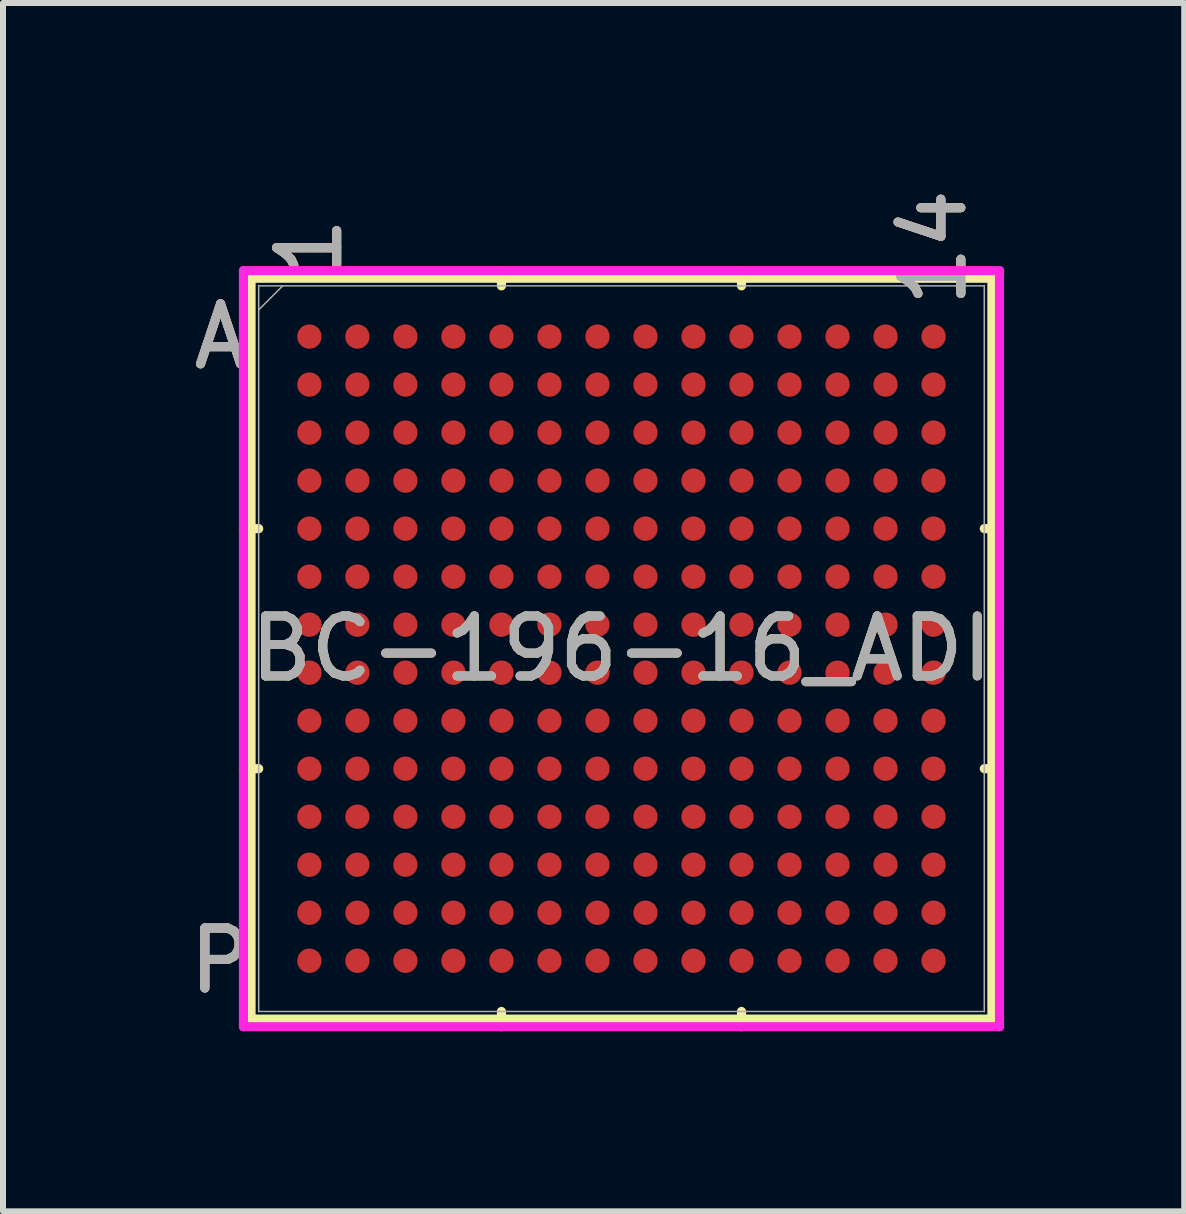
<source format=kicad_pcb>
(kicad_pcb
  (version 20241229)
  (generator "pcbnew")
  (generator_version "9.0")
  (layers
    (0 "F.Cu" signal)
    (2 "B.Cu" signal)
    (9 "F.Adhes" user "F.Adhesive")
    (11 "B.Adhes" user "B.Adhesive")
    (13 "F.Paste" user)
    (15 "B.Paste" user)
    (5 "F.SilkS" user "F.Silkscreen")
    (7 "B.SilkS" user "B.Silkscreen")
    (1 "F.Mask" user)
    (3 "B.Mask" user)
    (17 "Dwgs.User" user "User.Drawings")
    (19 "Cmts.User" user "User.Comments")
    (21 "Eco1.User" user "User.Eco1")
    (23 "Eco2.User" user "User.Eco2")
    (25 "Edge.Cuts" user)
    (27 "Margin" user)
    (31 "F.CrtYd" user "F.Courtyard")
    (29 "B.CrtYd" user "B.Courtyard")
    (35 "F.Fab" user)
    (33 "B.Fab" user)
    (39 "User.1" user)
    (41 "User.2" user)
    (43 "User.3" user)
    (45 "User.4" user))
  (footprint "BC-196-16_ADI"
    (layer "F.Cu")
    (at 7.305 7.758)
    (property "Reference" "BC-196-16_ADI" (at 0 0 0) (unlocked yes) (layer "F.SilkS") (effects (font (size 1 1) (thickness 0.15))))
    (attr smd)
    (fp_line (start -6.172 -6.172) (end -6.172 6.172) (stroke (width 0.152) (type solid)) (layer "F.SilkS"))
    (fp_line (start -6.172 6.172) (end 6.172 6.172) (stroke (width 0.152) (type solid)) (layer "F.SilkS"))
    (fp_line (start -6.045 -2) (end -6.299 -2) (stroke (width 0.152) (type solid)) (layer "F.SilkS"))
    (fp_line (start -6.045 2) (end -6.299 2) (stroke (width 0.152) (type solid)) (layer "F.SilkS"))
    (fp_line (start -2 -6.045) (end -2 -6.299) (stroke (width 0.152) (type solid)) (layer "F.SilkS"))
    (fp_line (start -2 6.045) (end -2 6.299) (stroke (width 0.152) (type solid)) (layer "F.SilkS"))
    (fp_line (start 2 -6.045) (end 2 -6.299) (stroke (width 0.152) (type solid)) (layer "F.SilkS"))
    (fp_line (start 2 6.045) (end 2 6.299) (stroke (width 0.152) (type solid)) (layer "F.SilkS"))
    (fp_line (start 6.045 -2) (end 6.299 -2) (stroke (width 0.152) (type solid)) (layer "F.SilkS"))
    (fp_line (start 6.045 2) (end 6.299 2) (stroke (width 0.152) (type solid)) (layer "F.SilkS"))
    (fp_line (start 6.172 -6.172) (end -6.172 -6.172) (stroke (width 0.152) (type solid)) (layer "F.SilkS"))
    (fp_line (start 6.172 6.172) (end 6.172 -6.172) (stroke (width 0.152) (type solid)) (layer "F.SilkS"))
    (fp_poly (pts (xy -6.045 -6.045) (xy 6.045 -6.045) (xy 6.045 6.045) (xy -6.045 6.045)) (stroke (width 0.1) (type solid)) (fill no) (layer "Eco2.User"))
    (fp_line (start -6.299 -6.299) (end 6.299 -6.299) (stroke (width 0.152) (type solid)) (layer "F.CrtYd"))
    (fp_line (start -6.299 6.299) (end -6.299 -6.299) (stroke (width 0.152) (type solid)) (layer "F.CrtYd"))
    (fp_line (start 6.299 -6.299) (end 6.299 6.299) (stroke (width 0.152) (type solid)) (layer "F.CrtYd"))
    (fp_line (start 6.299 6.299) (end -6.299 6.299) (stroke (width 0.152) (type solid)) (layer "F.CrtYd"))
    (fp_line (start -6.045 -6.045) (end -6.045 6.045) (stroke (width 0.025) (type solid)) (layer "F.Fab"))
    (fp_line (start -6.045 6.045) (end 6.045 6.045) (stroke (width 0.025) (type solid)) (layer "F.Fab"))
    (fp_line (start -5.645 -6.045) (end -6.045 -5.645) (stroke (width 0.025) (type solid)) (layer "F.Fab"))
    (fp_line (start 6.045 -6.045) (end -6.045 -6.045) (stroke (width 0.025) (type solid)) (layer "F.Fab"))
    (fp_line (start 6.045 6.045) (end 6.045 -6.045) (stroke (width 0.025) (type solid)) (layer "F.Fab"))
    (fp_text user "P" (at -6.68 5.2 0) (unlocked yes) (layer "F.SilkS") (effects (font (size 1 1) (thickness 0.15))))
    (fp_text user "1" (at -5.2 -6.68 90) (unlocked yes) (layer "F.SilkS") (effects (font (size 1 1) (thickness 0.15))))
    (fp_text user "A" (at -6.68 -5.2 0) (unlocked yes) (layer "F.SilkS") (effects (font (size 1 1) (thickness 0.15))))
    (fp_text user "14" (at 5.2 -6.68 90) (unlocked yes) (layer "F.SilkS") (effects (font (size 1 1) (thickness 0.15))))
    (fp_text user "1" (at -5.2 -6.68 90) (unlocked yes) (layer "B.SilkS") (effects (font (size 1 1) (thickness 0.15))))
    (fp_text user "P" (at -6.68 5.2 0) (unlocked yes) (layer "B.SilkS") (effects (font (size 1 1) (thickness 0.15))))
    (fp_text user "A" (at -6.68 -5.2 0) (unlocked yes) (layer "B.SilkS") (effects (font (size 1 1) (thickness 0.15))))
    (fp_text user "14" (at 5.2 -6.68 90) (unlocked yes) (layer "B.SilkS") (effects (font (size 1 1) (thickness 0.15))))
    (fp_text user "P" (at -6.68 5.2 0) (unlocked yes) (layer "F.Fab") (effects (font (size 1 1) (thickness 0.15))))
    (fp_text user "${REFERENCE}" (at 0 0 0) (unlocked yes) (layer "F.Fab") (effects (font (size 1 1) (thickness 0.15))))
    (fp_text user "1" (at -5.2 -6.68 90) (unlocked yes) (layer "F.Fab") (effects (font (size 1 1) (thickness 0.15))))
    (fp_text user "14" (at 5.2 -6.68 90) (unlocked yes) (layer "F.Fab") (effects (font (size 1 1) (thickness 0.15))))
    (fp_text user "A" (at -6.68 -5.2 0) (unlocked yes) (layer "F.Fab") (effects (font (size 1 1) (thickness 0.15))))
    (pad "A1" smd circle (at -5.2 -5.2) (size 0.406 0.406) (layers "F.Cu" "F.Mask" "F.Paste"))
    (pad "A2" smd circle (at -4.4 -5.2) (size 0.406 0.406) (layers "F.Cu" "F.Mask" "F.Paste"))
    (pad "A3" smd circle (at -3.6 -5.2) (size 0.406 0.406) (layers "F.Cu" "F.Mask" "F.Paste"))
    (pad "A4" smd circle (at -2.8 -5.2) (size 0.406 0.406) (layers "F.Cu" "F.Mask" "F.Paste"))
    (pad "A5" smd circle (at -2 -5.2) (size 0.406 0.406) (layers "F.Cu" "F.Mask" "F.Paste"))
    (pad "A6" smd circle (at -1.2 -5.2) (size 0.406 0.406) (layers "F.Cu" "F.Mask" "F.Paste"))
    (pad "A7" smd circle (at -0.4 -5.2) (size 0.406 0.406) (layers "F.Cu" "F.Mask" "F.Paste"))
    (pad "A8" smd circle (at 0.4 -5.2) (size 0.406 0.406) (layers "F.Cu" "F.Mask" "F.Paste"))
    (pad "A9" smd circle (at 1.2 -5.2) (size 0.406 0.406) (layers "F.Cu" "F.Mask" "F.Paste"))
    (pad "A10" smd circle (at 2 -5.2) (size 0.406 0.406) (layers "F.Cu" "F.Mask" "F.Paste"))
    (pad "A11" smd circle (at 2.8 -5.2) (size 0.406 0.406) (layers "F.Cu" "F.Mask" "F.Paste"))
    (pad "A12" smd circle (at 3.6 -5.2) (size 0.406 0.406) (layers "F.Cu" "F.Mask" "F.Paste"))
    (pad "A13" smd circle (at 4.4 -5.2) (size 0.406 0.406) (layers "F.Cu" "F.Mask" "F.Paste"))
    (pad "A14" smd circle (at 5.2 -5.2) (size 0.406 0.406) (layers "F.Cu" "F.Mask" "F.Paste"))
    (pad "B1" smd circle (at -5.2 -4.4) (size 0.406 0.406) (layers "F.Cu" "F.Mask" "F.Paste"))
    (pad "B2" smd circle (at -4.4 -4.4) (size 0.406 0.406) (layers "F.Cu" "F.Mask" "F.Paste"))
    (pad "B3" smd circle (at -3.6 -4.4) (size 0.406 0.406) (layers "F.Cu" "F.Mask" "F.Paste"))
    (pad "B4" smd circle (at -2.8 -4.4) (size 0.406 0.406) (layers "F.Cu" "F.Mask" "F.Paste"))
    (pad "B5" smd circle (at -2 -4.4) (size 0.406 0.406) (layers "F.Cu" "F.Mask" "F.Paste"))
    (pad "B6" smd circle (at -1.2 -4.4) (size 0.406 0.406) (layers "F.Cu" "F.Mask" "F.Paste"))
    (pad "B7" smd circle (at -0.4 -4.4) (size 0.406 0.406) (layers "F.Cu" "F.Mask" "F.Paste"))
    (pad "B8" smd circle (at 0.4 -4.4) (size 0.406 0.406) (layers "F.Cu" "F.Mask" "F.Paste"))
    (pad "B9" smd circle (at 1.2 -4.4) (size 0.406 0.406) (layers "F.Cu" "F.Mask" "F.Paste"))
    (pad "B10" smd circle (at 2 -4.4) (size 0.406 0.406) (layers "F.Cu" "F.Mask" "F.Paste"))
    (pad "B11" smd circle (at 2.8 -4.4) (size 0.406 0.406) (layers "F.Cu" "F.Mask" "F.Paste"))
    (pad "B12" smd circle (at 3.6 -4.4) (size 0.406 0.406) (layers "F.Cu" "F.Mask" "F.Paste"))
    (pad "B13" smd circle (at 4.4 -4.4) (size 0.406 0.406) (layers "F.Cu" "F.Mask" "F.Paste"))
    (pad "B14" smd circle (at 5.2 -4.4) (size 0.406 0.406) (layers "F.Cu" "F.Mask" "F.Paste"))
    (pad "C1" smd circle (at -5.2 -3.6) (size 0.406 0.406) (layers "F.Cu" "F.Mask" "F.Paste"))
    (pad "C2" smd circle (at -4.4 -3.6) (size 0.406 0.406) (layers "F.Cu" "F.Mask" "F.Paste"))
    (pad "C3" smd circle (at -3.6 -3.6) (size 0.406 0.406) (layers "F.Cu" "F.Mask" "F.Paste"))
    (pad "C4" smd circle (at -2.8 -3.6) (size 0.406 0.406) (layers "F.Cu" "F.Mask" "F.Paste"))
    (pad "C5" smd circle (at -2 -3.6) (size 0.406 0.406) (layers "F.Cu" "F.Mask" "F.Paste"))
    (pad "C6" smd circle (at -1.2 -3.6) (size 0.406 0.406) (layers "F.Cu" "F.Mask" "F.Paste"))
    (pad "C7" smd circle (at -0.4 -3.6) (size 0.406 0.406) (layers "F.Cu" "F.Mask" "F.Paste"))
    (pad "C8" smd circle (at 0.4 -3.6) (size 0.406 0.406) (layers "F.Cu" "F.Mask" "F.Paste"))
    (pad "C9" smd circle (at 1.2 -3.6) (size 0.406 0.406) (layers "F.Cu" "F.Mask" "F.Paste"))
    (pad "C10" smd circle (at 2 -3.6) (size 0.406 0.406) (layers "F.Cu" "F.Mask" "F.Paste"))
    (pad "C11" smd circle (at 2.8 -3.6) (size 0.406 0.406) (layers "F.Cu" "F.Mask" "F.Paste"))
    (pad "C12" smd circle (at 3.6 -3.6) (size 0.406 0.406) (layers "F.Cu" "F.Mask" "F.Paste"))
    (pad "C13" smd circle (at 4.4 -3.6) (size 0.406 0.406) (layers "F.Cu" "F.Mask" "F.Paste"))
    (pad "C14" smd circle (at 5.2 -3.6) (size 0.406 0.406) (layers "F.Cu" "F.Mask" "F.Paste"))
    (pad "D1" smd circle (at -5.2 -2.8) (size 0.406 0.406) (layers "F.Cu" "F.Mask" "F.Paste"))
    (pad "D2" smd circle (at -4.4 -2.8) (size 0.406 0.406) (layers "F.Cu" "F.Mask" "F.Paste"))
    (pad "D3" smd circle (at -3.6 -2.8) (size 0.406 0.406) (layers "F.Cu" "F.Mask" "F.Paste"))
    (pad "D4" smd circle (at -2.8 -2.8) (size 0.406 0.406) (layers "F.Cu" "F.Mask" "F.Paste"))
    (pad "D5" smd circle (at -2 -2.8) (size 0.406 0.406) (layers "F.Cu" "F.Mask" "F.Paste"))
    (pad "D6" smd circle (at -1.2 -2.8) (size 0.406 0.406) (layers "F.Cu" "F.Mask" "F.Paste"))
    (pad "D7" smd circle (at -0.4 -2.8) (size 0.406 0.406) (layers "F.Cu" "F.Mask" "F.Paste"))
    (pad "D8" smd circle (at 0.4 -2.8) (size 0.406 0.406) (layers "F.Cu" "F.Mask" "F.Paste"))
    (pad "D9" smd circle (at 1.2 -2.8) (size 0.406 0.406) (layers "F.Cu" "F.Mask" "F.Paste"))
    (pad "D10" smd circle (at 2 -2.8) (size 0.406 0.406) (layers "F.Cu" "F.Mask" "F.Paste"))
    (pad "D11" smd circle (at 2.8 -2.8) (size 0.406 0.406) (layers "F.Cu" "F.Mask" "F.Paste"))
    (pad "D12" smd circle (at 3.6 -2.8) (size 0.406 0.406) (layers "F.Cu" "F.Mask" "F.Paste"))
    (pad "D13" smd circle (at 4.4 -2.8) (size 0.406 0.406) (layers "F.Cu" "F.Mask" "F.Paste"))
    (pad "D14" smd circle (at 5.2 -2.8) (size 0.406 0.406) (layers "F.Cu" "F.Mask" "F.Paste"))
    (pad "E1" smd circle (at -5.2 -2) (size 0.406 0.406) (layers "F.Cu" "F.Mask" "F.Paste"))
    (pad "E2" smd circle (at -4.4 -2) (size 0.406 0.406) (layers "F.Cu" "F.Mask" "F.Paste"))
    (pad "E3" smd circle (at -3.6 -2) (size 0.406 0.406) (layers "F.Cu" "F.Mask" "F.Paste"))
    (pad "E4" smd circle (at -2.8 -2) (size 0.406 0.406) (layers "F.Cu" "F.Mask" "F.Paste"))
    (pad "E5" smd circle (at -2 -2) (size 0.406 0.406) (layers "F.Cu" "F.Mask" "F.Paste"))
    (pad "E6" smd circle (at -1.2 -2) (size 0.406 0.406) (layers "F.Cu" "F.Mask" "F.Paste"))
    (pad "E7" smd circle (at -0.4 -2) (size 0.406 0.406) (layers "F.Cu" "F.Mask" "F.Paste"))
    (pad "E8" smd circle (at 0.4 -2) (size 0.406 0.406) (layers "F.Cu" "F.Mask" "F.Paste"))
    (pad "E9" smd circle (at 1.2 -2) (size 0.406 0.406) (layers "F.Cu" "F.Mask" "F.Paste"))
    (pad "E10" smd circle (at 2 -2) (size 0.406 0.406) (layers "F.Cu" "F.Mask" "F.Paste"))
    (pad "E11" smd circle (at 2.8 -2) (size 0.406 0.406) (layers "F.Cu" "F.Mask" "F.Paste"))
    (pad "E12" smd circle (at 3.6 -2) (size 0.406 0.406) (layers "F.Cu" "F.Mask" "F.Paste"))
    (pad "E13" smd circle (at 4.4 -2) (size 0.406 0.406) (layers "F.Cu" "F.Mask" "F.Paste"))
    (pad "E14" smd circle (at 5.2 -2) (size 0.406 0.406) (layers "F.Cu" "F.Mask" "F.Paste"))
    (pad "F1" smd circle (at -5.2 -1.2) (size 0.406 0.406) (layers "F.Cu" "F.Mask" "F.Paste"))
    (pad "F2" smd circle (at -4.4 -1.2) (size 0.406 0.406) (layers "F.Cu" "F.Mask" "F.Paste"))
    (pad "F3" smd circle (at -3.6 -1.2) (size 0.406 0.406) (layers "F.Cu" "F.Mask" "F.Paste"))
    (pad "F4" smd circle (at -2.8 -1.2) (size 0.406 0.406) (layers "F.Cu" "F.Mask" "F.Paste"))
    (pad "F5" smd circle (at -2 -1.2) (size 0.406 0.406) (layers "F.Cu" "F.Mask" "F.Paste"))
    (pad "F6" smd circle (at -1.2 -1.2) (size 0.406 0.406) (layers "F.Cu" "F.Mask" "F.Paste"))
    (pad "F7" smd circle (at -0.4 -1.2) (size 0.406 0.406) (layers "F.Cu" "F.Mask" "F.Paste"))
    (pad "F8" smd circle (at 0.4 -1.2) (size 0.406 0.406) (layers "F.Cu" "F.Mask" "F.Paste"))
    (pad "F9" smd circle (at 1.2 -1.2) (size 0.406 0.406) (layers "F.Cu" "F.Mask" "F.Paste"))
    (pad "F10" smd circle (at 2 -1.2) (size 0.406 0.406) (layers "F.Cu" "F.Mask" "F.Paste"))
    (pad "F11" smd circle (at 2.8 -1.2) (size 0.406 0.406) (layers "F.Cu" "F.Mask" "F.Paste"))
    (pad "F12" smd circle (at 3.6 -1.2) (size 0.406 0.406) (layers "F.Cu" "F.Mask" "F.Paste"))
    (pad "F13" smd circle (at 4.4 -1.2) (size 0.406 0.406) (layers "F.Cu" "F.Mask" "F.Paste"))
    (pad "F14" smd circle (at 5.2 -1.2) (size 0.406 0.406) (layers "F.Cu" "F.Mask" "F.Paste"))
    (pad "G1" smd circle (at -5.2 -0.4) (size 0.406 0.406) (layers "F.Cu" "F.Mask" "F.Paste"))
    (pad "G2" smd circle (at -4.4 -0.4) (size 0.406 0.406) (layers "F.Cu" "F.Mask" "F.Paste"))
    (pad "G3" smd circle (at -3.6 -0.4) (size 0.406 0.406) (layers "F.Cu" "F.Mask" "F.Paste"))
    (pad "G4" smd circle (at -2.8 -0.4) (size 0.406 0.406) (layers "F.Cu" "F.Mask" "F.Paste"))
    (pad "G5" smd circle (at -2 -0.4) (size 0.406 0.406) (layers "F.Cu" "F.Mask" "F.Paste"))
    (pad "G6" smd circle (at -1.2 -0.4) (size 0.406 0.406) (layers "F.Cu" "F.Mask" "F.Paste"))
    (pad "G7" smd circle (at -0.4 -0.4) (size 0.406 0.406) (layers "F.Cu" "F.Mask" "F.Paste"))
    (pad "G8" smd circle (at 0.4 -0.4) (size 0.406 0.406) (layers "F.Cu" "F.Mask" "F.Paste"))
    (pad "G9" smd circle (at 1.2 -0.4) (size 0.406 0.406) (layers "F.Cu" "F.Mask" "F.Paste"))
    (pad "G10" smd circle (at 2 -0.4) (size 0.406 0.406) (layers "F.Cu" "F.Mask" "F.Paste"))
    (pad "G11" smd circle (at 2.8 -0.4) (size 0.406 0.406) (layers "F.Cu" "F.Mask" "F.Paste"))
    (pad "G12" smd circle (at 3.6 -0.4) (size 0.406 0.406) (layers "F.Cu" "F.Mask" "F.Paste"))
    (pad "G13" smd circle (at 4.4 -0.4) (size 0.406 0.406) (layers "F.Cu" "F.Mask" "F.Paste"))
    (pad "G14" smd circle (at 5.2 -0.4) (size 0.406 0.406) (layers "F.Cu" "F.Mask" "F.Paste"))
    (pad "H1" smd circle (at -5.2 0.4) (size 0.406 0.406) (layers "F.Cu" "F.Mask" "F.Paste"))
    (pad "H2" smd circle (at -4.4 0.4) (size 0.406 0.406) (layers "F.Cu" "F.Mask" "F.Paste"))
    (pad "H3" smd circle (at -3.6 0.4) (size 0.406 0.406) (layers "F.Cu" "F.Mask" "F.Paste"))
    (pad "H4" smd circle (at -2.8 0.4) (size 0.406 0.406) (layers "F.Cu" "F.Mask" "F.Paste"))
    (pad "H5" smd circle (at -2 0.4) (size 0.406 0.406) (layers "F.Cu" "F.Mask" "F.Paste"))
    (pad "H6" smd circle (at -1.2 0.4) (size 0.406 0.406) (layers "F.Cu" "F.Mask" "F.Paste"))
    (pad "H7" smd circle (at -0.4 0.4) (size 0.406 0.406) (layers "F.Cu" "F.Mask" "F.Paste"))
    (pad "H8" smd circle (at 0.4 0.4) (size 0.406 0.406) (layers "F.Cu" "F.Mask" "F.Paste"))
    (pad "H9" smd circle (at 1.2 0.4) (size 0.406 0.406) (layers "F.Cu" "F.Mask" "F.Paste"))
    (pad "H10" smd circle (at 2 0.4) (size 0.406 0.406) (layers "F.Cu" "F.Mask" "F.Paste"))
    (pad "H11" smd circle (at 2.8 0.4) (size 0.406 0.406) (layers "F.Cu" "F.Mask" "F.Paste"))
    (pad "H12" smd circle (at 3.6 0.4) (size 0.406 0.406) (layers "F.Cu" "F.Mask" "F.Paste"))
    (pad "H13" smd circle (at 4.4 0.4) (size 0.406 0.406) (layers "F.Cu" "F.Mask" "F.Paste"))
    (pad "H14" smd circle (at 5.2 0.4) (size 0.406 0.406) (layers "F.Cu" "F.Mask" "F.Paste"))
    (pad "J1" smd circle (at -5.2 1.2) (size 0.406 0.406) (layers "F.Cu" "F.Mask" "F.Paste"))
    (pad "J2" smd circle (at -4.4 1.2) (size 0.406 0.406) (layers "F.Cu" "F.Mask" "F.Paste"))
    (pad "J3" smd circle (at -3.6 1.2) (size 0.406 0.406) (layers "F.Cu" "F.Mask" "F.Paste"))
    (pad "J4" smd circle (at -2.8 1.2) (size 0.406 0.406) (layers "F.Cu" "F.Mask" "F.Paste"))
    (pad "J5" smd circle (at -2 1.2) (size 0.406 0.406) (layers "F.Cu" "F.Mask" "F.Paste"))
    (pad "J6" smd circle (at -1.2 1.2) (size 0.406 0.406) (layers "F.Cu" "F.Mask" "F.Paste"))
    (pad "J7" smd circle (at -0.4 1.2) (size 0.406 0.406) (layers "F.Cu" "F.Mask" "F.Paste"))
    (pad "J8" smd circle (at 0.4 1.2) (size 0.406 0.406) (layers "F.Cu" "F.Mask" "F.Paste"))
    (pad "J9" smd circle (at 1.2 1.2) (size 0.406 0.406) (layers "F.Cu" "F.Mask" "F.Paste"))
    (pad "J10" smd circle (at 2 1.2) (size 0.406 0.406) (layers "F.Cu" "F.Mask" "F.Paste"))
    (pad "J11" smd circle (at 2.8 1.2) (size 0.406 0.406) (layers "F.Cu" "F.Mask" "F.Paste"))
    (pad "J12" smd circle (at 3.6 1.2) (size 0.406 0.406) (layers "F.Cu" "F.Mask" "F.Paste"))
    (pad "J13" smd circle (at 4.4 1.2) (size 0.406 0.406) (layers "F.Cu" "F.Mask" "F.Paste"))
    (pad "J14" smd circle (at 5.2 1.2) (size 0.406 0.406) (layers "F.Cu" "F.Mask" "F.Paste"))
    (pad "K1" smd circle (at -5.2 2) (size 0.406 0.406) (layers "F.Cu" "F.Mask" "F.Paste"))
    (pad "K2" smd circle (at -4.4 2) (size 0.406 0.406) (layers "F.Cu" "F.Mask" "F.Paste"))
    (pad "K3" smd circle (at -3.6 2) (size 0.406 0.406) (layers "F.Cu" "F.Mask" "F.Paste"))
    (pad "K4" smd circle (at -2.8 2) (size 0.406 0.406) (layers "F.Cu" "F.Mask" "F.Paste"))
    (pad "K5" smd circle (at -2 2) (size 0.406 0.406) (layers "F.Cu" "F.Mask" "F.Paste"))
    (pad "K6" smd circle (at -1.2 2) (size 0.406 0.406) (layers "F.Cu" "F.Mask" "F.Paste"))
    (pad "K7" smd circle (at -0.4 2) (size 0.406 0.406) (layers "F.Cu" "F.Mask" "F.Paste"))
    (pad "K8" smd circle (at 0.4 2) (size 0.406 0.406) (layers "F.Cu" "F.Mask" "F.Paste"))
    (pad "K9" smd circle (at 1.2 2) (size 0.406 0.406) (layers "F.Cu" "F.Mask" "F.Paste"))
    (pad "K10" smd circle (at 2 2) (size 0.406 0.406) (layers "F.Cu" "F.Mask" "F.Paste"))
    (pad "K11" smd circle (at 2.8 2) (size 0.406 0.406) (layers "F.Cu" "F.Mask" "F.Paste"))
    (pad "K12" smd circle (at 3.6 2) (size 0.406 0.406) (layers "F.Cu" "F.Mask" "F.Paste"))
    (pad "K13" smd circle (at 4.4 2) (size 0.406 0.406) (layers "F.Cu" "F.Mask" "F.Paste"))
    (pad "K14" smd circle (at 5.2 2) (size 0.406 0.406) (layers "F.Cu" "F.Mask" "F.Paste"))
    (pad "L1" smd circle (at -5.2 2.8) (size 0.406 0.406) (layers "F.Cu" "F.Mask" "F.Paste"))
    (pad "L2" smd circle (at -4.4 2.8) (size 0.406 0.406) (layers "F.Cu" "F.Mask" "F.Paste"))
    (pad "L3" smd circle (at -3.6 2.8) (size 0.406 0.406) (layers "F.Cu" "F.Mask" "F.Paste"))
    (pad "L4" smd circle (at -2.8 2.8) (size 0.406 0.406) (layers "F.Cu" "F.Mask" "F.Paste"))
    (pad "L5" smd circle (at -2 2.8) (size 0.406 0.406) (layers "F.Cu" "F.Mask" "F.Paste"))
    (pad "L6" smd circle (at -1.2 2.8) (size 0.406 0.406) (layers "F.Cu" "F.Mask" "F.Paste"))
    (pad "L7" smd circle (at -0.4 2.8) (size 0.406 0.406) (layers "F.Cu" "F.Mask" "F.Paste"))
    (pad "L8" smd circle (at 0.4 2.8) (size 0.406 0.406) (layers "F.Cu" "F.Mask" "F.Paste"))
    (pad "L9" smd circle (at 1.2 2.8) (size 0.406 0.406) (layers "F.Cu" "F.Mask" "F.Paste"))
    (pad "L10" smd circle (at 2 2.8) (size 0.406 0.406) (layers "F.Cu" "F.Mask" "F.Paste"))
    (pad "L11" smd circle (at 2.8 2.8) (size 0.406 0.406) (layers "F.Cu" "F.Mask" "F.Paste"))
    (pad "L12" smd circle (at 3.6 2.8) (size 0.406 0.406) (layers "F.Cu" "F.Mask" "F.Paste"))
    (pad "L13" smd circle (at 4.4 2.8) (size 0.406 0.406) (layers "F.Cu" "F.Mask" "F.Paste"))
    (pad "L14" smd circle (at 5.2 2.8) (size 0.406 0.406) (layers "F.Cu" "F.Mask" "F.Paste"))
    (pad "M1" smd circle (at -5.2 3.6) (size 0.406 0.406) (layers "F.Cu" "F.Mask" "F.Paste"))
    (pad "M2" smd circle (at -4.4 3.6) (size 0.406 0.406) (layers "F.Cu" "F.Mask" "F.Paste"))
    (pad "M3" smd circle (at -3.6 3.6) (size 0.406 0.406) (layers "F.Cu" "F.Mask" "F.Paste"))
    (pad "M4" smd circle (at -2.8 3.6) (size 0.406 0.406) (layers "F.Cu" "F.Mask" "F.Paste"))
    (pad "M5" smd circle (at -2 3.6) (size 0.406 0.406) (layers "F.Cu" "F.Mask" "F.Paste"))
    (pad "M6" smd circle (at -1.2 3.6) (size 0.406 0.406) (layers "F.Cu" "F.Mask" "F.Paste"))
    (pad "M7" smd circle (at -0.4 3.6) (size 0.406 0.406) (layers "F.Cu" "F.Mask" "F.Paste"))
    (pad "M8" smd circle (at 0.4 3.6) (size 0.406 0.406) (layers "F.Cu" "F.Mask" "F.Paste"))
    (pad "M9" smd circle (at 1.2 3.6) (size 0.406 0.406) (layers "F.Cu" "F.Mask" "F.Paste"))
    (pad "M10" smd circle (at 2 3.6) (size 0.406 0.406) (layers "F.Cu" "F.Mask" "F.Paste"))
    (pad "M11" smd circle (at 2.8 3.6) (size 0.406 0.406) (layers "F.Cu" "F.Mask" "F.Paste"))
    (pad "M12" smd circle (at 3.6 3.6) (size 0.406 0.406) (layers "F.Cu" "F.Mask" "F.Paste"))
    (pad "M13" smd circle (at 4.4 3.6) (size 0.406 0.406) (layers "F.Cu" "F.Mask" "F.Paste"))
    (pad "M14" smd circle (at 5.2 3.6) (size 0.406 0.406) (layers "F.Cu" "F.Mask" "F.Paste"))
    (pad "N1" smd circle (at -5.2 4.4) (size 0.406 0.406) (layers "F.Cu" "F.Mask" "F.Paste"))
    (pad "N2" smd circle (at -4.4 4.4) (size 0.406 0.406) (layers "F.Cu" "F.Mask" "F.Paste"))
    (pad "N3" smd circle (at -3.6 4.4) (size 0.406 0.406) (layers "F.Cu" "F.Mask" "F.Paste"))
    (pad "N4" smd circle (at -2.8 4.4) (size 0.406 0.406) (layers "F.Cu" "F.Mask" "F.Paste"))
    (pad "N5" smd circle (at -2 4.4) (size 0.406 0.406) (layers "F.Cu" "F.Mask" "F.Paste"))
    (pad "N6" smd circle (at -1.2 4.4) (size 0.406 0.406) (layers "F.Cu" "F.Mask" "F.Paste"))
    (pad "N7" smd circle (at -0.4 4.4) (size 0.406 0.406) (layers "F.Cu" "F.Mask" "F.Paste"))
    (pad "N8" smd circle (at 0.4 4.4) (size 0.406 0.406) (layers "F.Cu" "F.Mask" "F.Paste"))
    (pad "N9" smd circle (at 1.2 4.4) (size 0.406 0.406) (layers "F.Cu" "F.Mask" "F.Paste"))
    (pad "N10" smd circle (at 2 4.4) (size 0.406 0.406) (layers "F.Cu" "F.Mask" "F.Paste"))
    (pad "N11" smd circle (at 2.8 4.4) (size 0.406 0.406) (layers "F.Cu" "F.Mask" "F.Paste"))
    (pad "N12" smd circle (at 3.6 4.4) (size 0.406 0.406) (layers "F.Cu" "F.Mask" "F.Paste"))
    (pad "N13" smd circle (at 4.4 4.4) (size 0.406 0.406) (layers "F.Cu" "F.Mask" "F.Paste"))
    (pad "N14" smd circle (at 5.2 4.4) (size 0.406 0.406) (layers "F.Cu" "F.Mask" "F.Paste"))
    (pad "P1" smd circle (at -5.2 5.2) (size 0.406 0.406) (layers "F.Cu" "F.Mask" "F.Paste"))
    (pad "P2" smd circle (at -4.4 5.2) (size 0.406 0.406) (layers "F.Cu" "F.Mask" "F.Paste"))
    (pad "P3" smd circle (at -3.6 5.2) (size 0.406 0.406) (layers "F.Cu" "F.Mask" "F.Paste"))
    (pad "P4" smd circle (at -2.8 5.2) (size 0.406 0.406) (layers "F.Cu" "F.Mask" "F.Paste"))
    (pad "P5" smd circle (at -2 5.2) (size 0.406 0.406) (layers "F.Cu" "F.Mask" "F.Paste"))
    (pad "P6" smd circle (at -1.2 5.2) (size 0.406 0.406) (layers "F.Cu" "F.Mask" "F.Paste"))
    (pad "P7" smd circle (at -0.4 5.2) (size 0.406 0.406) (layers "F.Cu" "F.Mask" "F.Paste"))
    (pad "P8" smd circle (at 0.4 5.2) (size 0.406 0.406) (layers "F.Cu" "F.Mask" "F.Paste"))
    (pad "P9" smd circle (at 1.2 5.2) (size 0.406 0.406) (layers "F.Cu" "F.Mask" "F.Paste"))
    (pad "P10" smd circle (at 2 5.2) (size 0.406 0.406) (layers "F.Cu" "F.Mask" "F.Paste"))
    (pad "P11" smd circle (at 2.8 5.2) (size 0.406 0.406) (layers "F.Cu" "F.Mask" "F.Paste"))
    (pad "P12" smd circle (at 3.6 5.2) (size 0.406 0.406) (layers "F.Cu" "F.Mask" "F.Paste"))
    (pad "P13" smd circle (at 4.4 5.2) (size 0.406 0.406) (layers "F.Cu" "F.Mask" "F.Paste"))
    (pad "P14" smd circle (at 5.2 5.2) (size 0.406 0.406) (layers "F.Cu" "F.Mask" "F.Paste")))
  (gr_rect
    (start -3 -3)
    (end 16.681 17.133)
    (stroke (width 0.1) (type default))
    (fill no)
    (layer "Edge.Cuts")))
</source>
